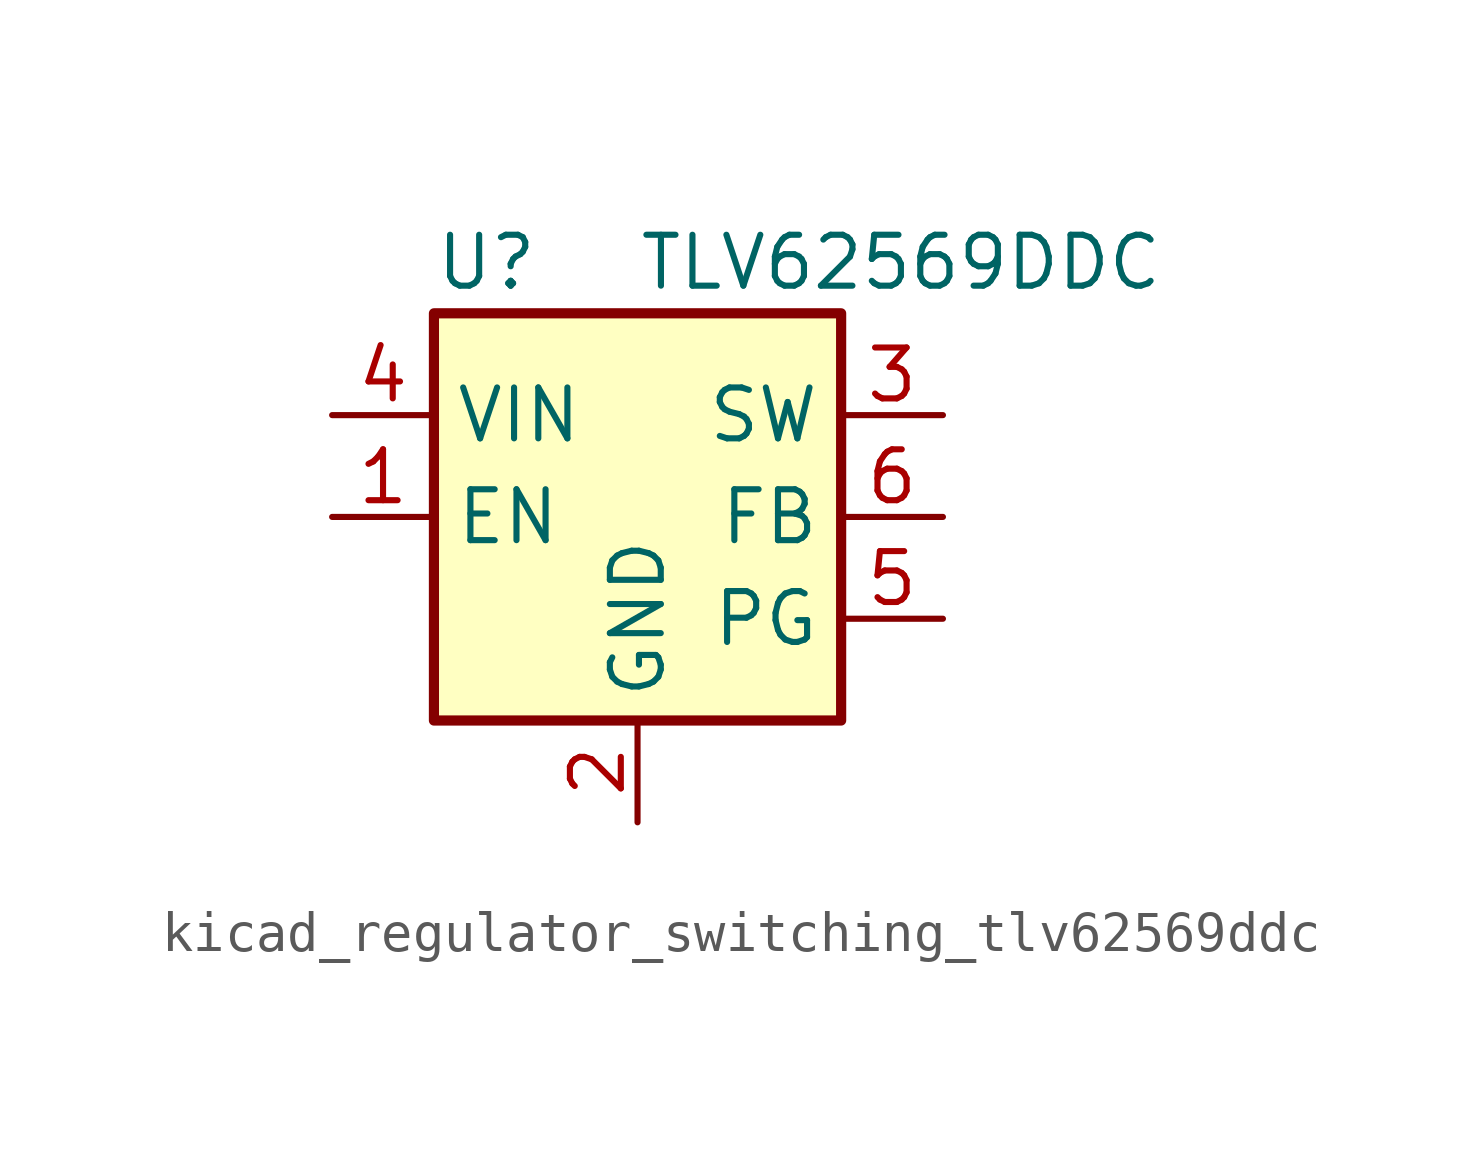
<source format=kicad_sym>
(kicad_symbol_lib
  (version 20220914)
  (generator kicad_symbol_editor)
  (symbol "kicad_regulator_switching_tlv62569ddc"
    (property "Reference" "U"
      (at -5.08 6.35 0)
      (effects (font (size 1.27 1.27)) (justify left)))
    (property "Value" "TLV62569DDC"
      (at 0 6.35 0)
      (effects (font (size 1.27 1.27)) (justify left)))
    (symbol "kicad_regulator_switching_tlv62569ddc_0_1"
      (rectangle (start -5.08 5.08) (end 5.08 -5.08) (stroke (width 0.254) (type default)) (fill (type background))))
    (symbol "kicad_regulator_switching_tlv62569ddc_1_1"
      (pin input line (at -7.62 0 0) (length 2.54) (name "EN" (effects (font (size 1.27 1.27)))) (number "1" (effects (font (size 1.27 1.27)))))
      (pin power_in line (at 0 -7.62 90) (length 2.54) (name "GND" (effects (font (size 1.27 1.27)))) (number "2" (effects (font (size 1.27 1.27)))))
      (pin power_out line (at 7.62 2.54 180) (length 2.54) (name "SW" (effects (font (size 1.27 1.27)))) (number "3" (effects (font (size 1.27 1.27)))))
      (pin power_in line (at -7.62 2.54 0) (length 2.54) (name "VIN" (effects (font (size 1.27 1.27)))) (number "4" (effects (font (size 1.27 1.27)))))
      (pin open_collector line (at 7.62 -2.54 180) (length 2.54) (name "PG" (effects (font (size 1.27 1.27)))) (number "5" (effects (font (size 1.27 1.27)))))
      (pin input line (at 7.62 0 180) (length 2.54) (name "FB" (effects (font (size 1.27 1.27)))) (number "6" (effects (font (size 1.27 1.27))))))))
</source>
